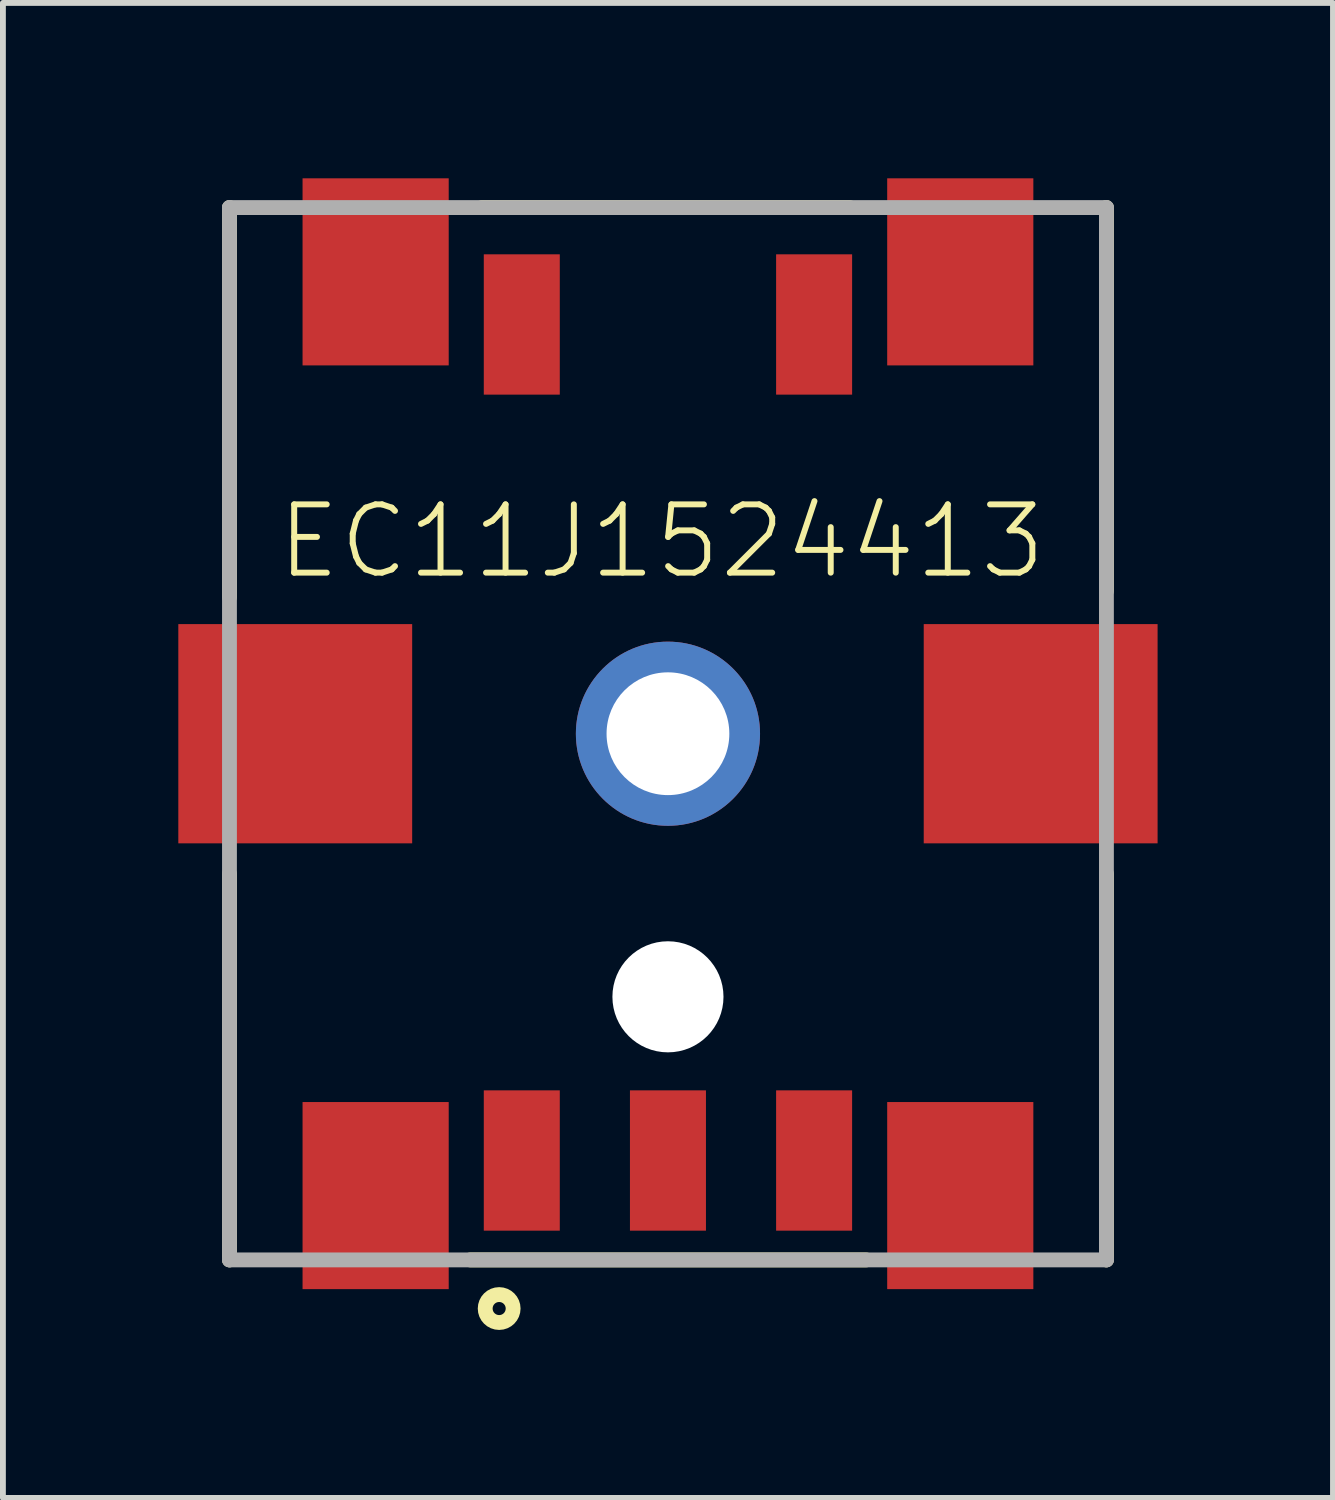
<source format=kicad_pcb>
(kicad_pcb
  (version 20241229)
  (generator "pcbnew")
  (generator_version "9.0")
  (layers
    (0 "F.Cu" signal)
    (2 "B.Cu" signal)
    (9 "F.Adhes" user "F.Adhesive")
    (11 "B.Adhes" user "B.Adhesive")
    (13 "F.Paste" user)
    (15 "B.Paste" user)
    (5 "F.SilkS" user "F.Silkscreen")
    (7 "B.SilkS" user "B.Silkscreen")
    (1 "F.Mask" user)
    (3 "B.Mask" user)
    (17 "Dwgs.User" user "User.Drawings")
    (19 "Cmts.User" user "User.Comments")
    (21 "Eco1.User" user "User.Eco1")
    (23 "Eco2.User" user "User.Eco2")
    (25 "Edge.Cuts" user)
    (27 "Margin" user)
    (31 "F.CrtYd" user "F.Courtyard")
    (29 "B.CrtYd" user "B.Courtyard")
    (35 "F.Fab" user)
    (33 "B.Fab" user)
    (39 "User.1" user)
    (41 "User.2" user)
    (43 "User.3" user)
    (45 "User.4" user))
  (footprint "EC11J1524413"
    (layer "F.Cu")
    (at 8.375 9.5)
    (property "Reference" "EC11J1524413" (at -0.108 -3.29 0) (layer "F.SilkS") (effects (font (size 1.168 1.168) (thickness 0.102))))
    (fp_line (start -7.5 -9) (end -7.5 -2.336) (stroke (width 0.254) (type solid)) (layer "F.SilkS"))
    (fp_line (start -7.5 9) (end -7.5 2.397) (stroke (width 0.254) (type solid)) (layer "F.SilkS"))
    (fp_line (start -3.382 9) (end 3.391 9) (stroke (width 0.254) (type solid)) (layer "F.SilkS"))
    (fp_line (start -3.181 -9) (end 3.107 -9) (stroke (width 0.254) (type solid)) (layer "F.SilkS"))
    (fp_line (start 7.5 -9) (end 7.5 -2.442) (stroke (width 0.254) (type solid)) (layer "F.SilkS"))
    (fp_line (start 7.5 9) (end 7.5 2.397) (stroke (width 0.254) (type solid)) (layer "F.SilkS"))
    (fp_circle (center -2.887 9.832) (end -2.775 9.832) (stroke (width 0.254) (type solid)) (fill no) (layer "F.SilkS"))
    (fp_line (start -7.5 -9) (end 7.5 -9) (stroke (width 0.254) (type solid)) (layer "F.Fab"))
    (fp_line (start -7.5 9) (end -7.5 -9) (stroke (width 0.254) (type solid)) (layer "F.Fab"))
    (fp_line (start 7.5 -9) (end 7.5 9) (stroke (width 0.254) (type solid)) (layer "F.Fab"))
    (fp_line (start 7.5 9) (end -7.5 9) (stroke (width 0.254) (type solid)) (layer "F.Fab"))
    (pad "" np_thru_hole circle (at 0 4.5) (size 1.9 1.9) (drill 1.9) (layers "*.Cu" "*.Mask"))
    (pad "1" smd rect (at -2.5 7.3 90) (size 2.4 1.3) (layers "F.Cu" "F.Mask" "F.Paste"))
    (pad "2" smd rect (at 2.5 7.3 90) (size 2.4 1.3) (layers "F.Cu" "F.Mask" "F.Paste"))
    (pad "3" smd rect (at 0 7.3 90) (size 2.4 1.3) (layers "F.Cu" "F.Mask" "F.Paste"))
    (pad "4" smd rect (at -2.5 -7 90) (size 2.4 1.3) (layers "F.Cu" "F.Mask" "F.Paste"))
    (pad "5" smd rect (at 2.5 -7 90) (size 2.4 1.3) (layers "F.Cu" "F.Mask" "F.Paste"))
    (pad "6" smd rect (at 5 -7.9 90) (size 3.2 2.5) (layers "F.Cu" "F.Mask" "F.Paste"))
    (pad "7" smd rect (at 6.375 0) (size 4 3.75) (layers "F.Cu" "F.Mask" "F.Paste"))
    (pad "8" smd rect (at 5 7.9 90) (size 3.2 2.5) (layers "F.Cu" "F.Mask" "F.Paste"))
    (pad "9" smd rect (at -5 7.9 90) (size 3.2 2.5) (layers "F.Cu" "F.Mask" "F.Paste"))
    (pad "10" smd rect (at -6.375 0) (size 4 3.75) (layers "F.Cu" "F.Mask" "F.Paste"))
    (pad "11" smd rect (at -5 -7.9 90) (size 3.2 2.5) (layers "F.Cu" "F.Mask" "F.Paste"))
    (pad "12" thru_hole circle (at 0 0) (size 3.15 3.15) (drill 2.1) (layers "*.Cu" "*.Mask")))
  (gr_rect
    (start -3 -3)
    (end 19.75 22.571)
    (stroke (width 0.1) (type default))
    (fill no)
    (layer "Edge.Cuts")))
</source>
